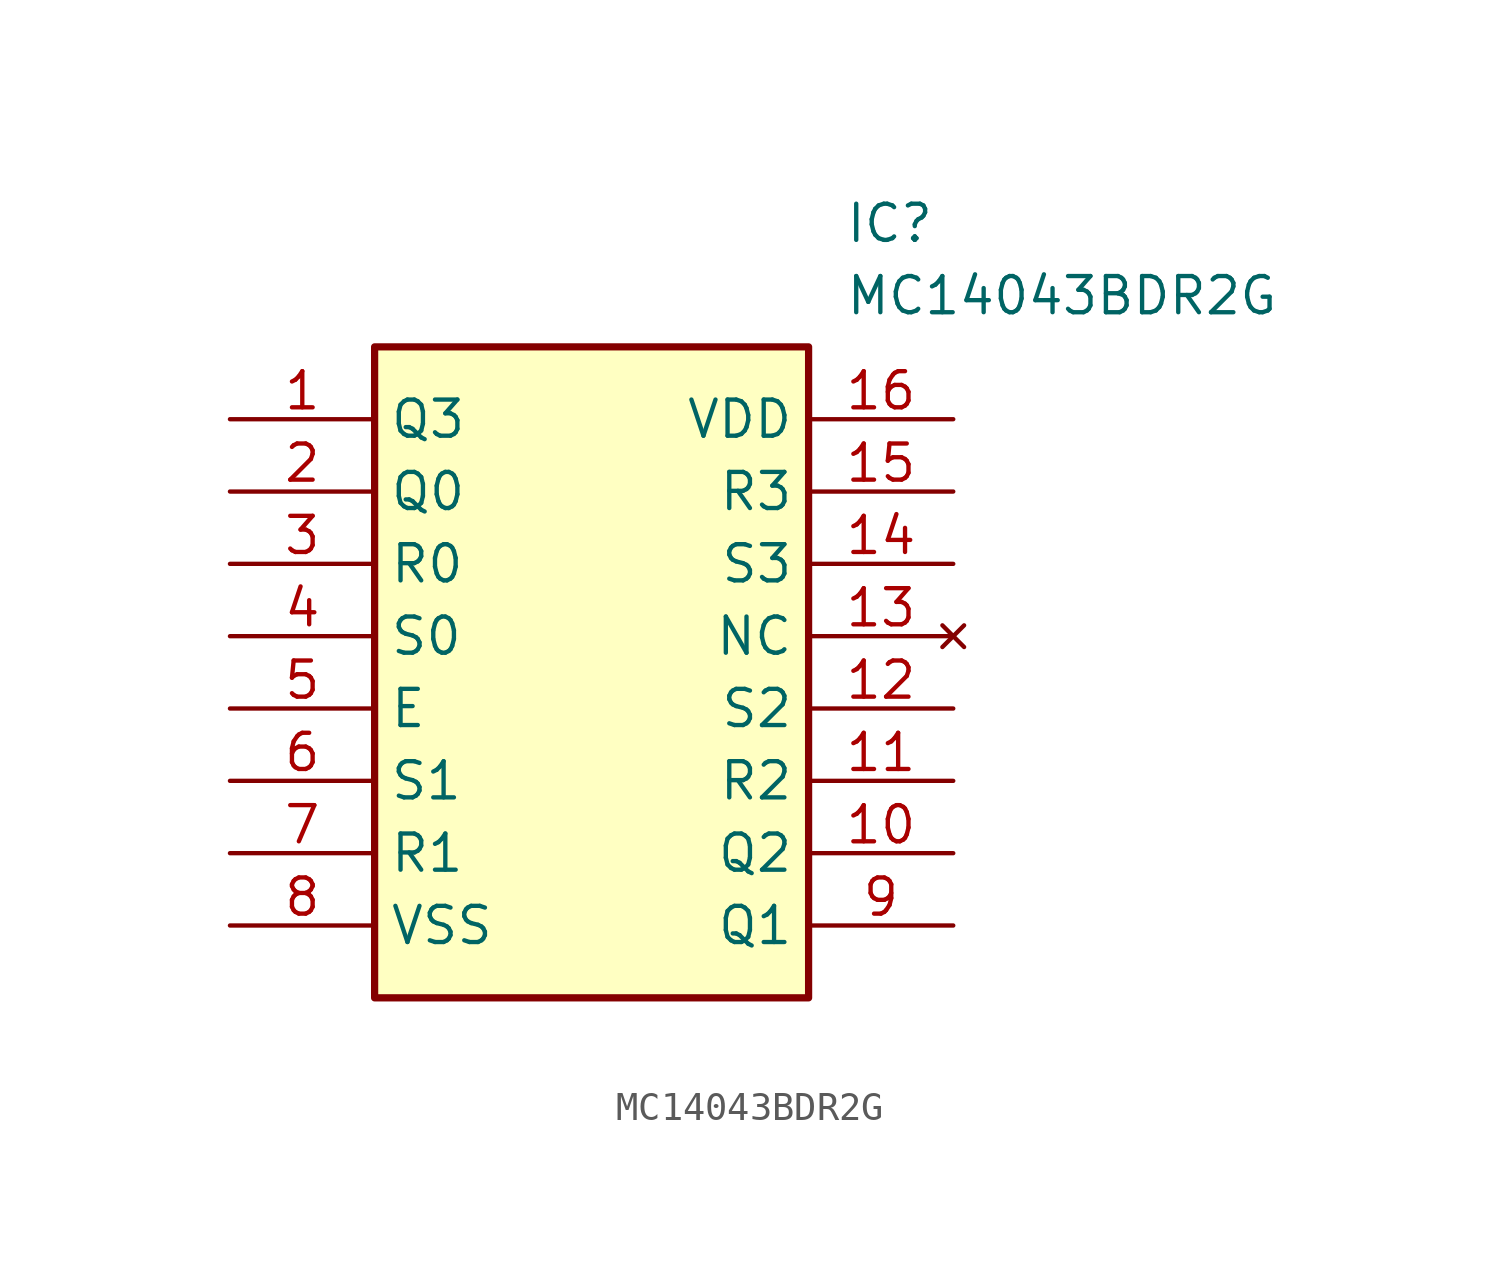
<source format=kicad_sym>
(kicad_symbol_lib
  (version 20211014)
  (generator SamacSys_ECAD_Model)
  (symbol "MC14043BDR2G"
    (property "Reference" "IC"
      (at 21.59 7.62 0)
      (effects (font (size 1.27 1.27)) (justify left top)))
    (property "Value" "MC14043BDR2G"
      (at 21.59 5.08 0)
      (effects (font (size 1.27 1.27)) (justify left top)))
    (rectangle
      (start 5.08 2.54)
      (end 20.32 -20.32)
      (stroke (width 0.254) (type default))
      (fill (type background)))
    (pin passive line
      (at 0 0 0)
      (length 5.08)
      (name "Q3" (effects (font (size 1.27 1.27))))
      (number "1" (effects (font (size 1.27 1.27)))))
    (pin passive line
      (at 0 -2.54 0)
      (length 5.08)
      (name "Q0" (effects (font (size 1.27 1.27))))
      (number "2" (effects (font (size 1.27 1.27)))))
    (pin passive line
      (at 0 -5.08 0)
      (length 5.08)
      (name "R0" (effects (font (size 1.27 1.27))))
      (number "3" (effects (font (size 1.27 1.27)))))
    (pin passive line
      (at 0 -7.62 0)
      (length 5.08)
      (name "S0" (effects (font (size 1.27 1.27))))
      (number "4" (effects (font (size 1.27 1.27)))))
    (pin passive line
      (at 0 -10.16 0)
      (length 5.08)
      (name "E" (effects (font (size 1.27 1.27))))
      (number "5" (effects (font (size 1.27 1.27)))))
    (pin passive line
      (at 0 -12.7 0)
      (length 5.08)
      (name "S1" (effects (font (size 1.27 1.27))))
      (number "6" (effects (font (size 1.27 1.27)))))
    (pin passive line
      (at 0 -15.24 0)
      (length 5.08)
      (name "R1" (effects (font (size 1.27 1.27))))
      (number "7" (effects (font (size 1.27 1.27)))))
    (pin passive line
      (at 0 -17.78 0)
      (length 5.08)
      (name "VSS" (effects (font (size 1.27 1.27))))
      (number "8" (effects (font (size 1.27 1.27)))))
    (pin passive line
      (at 25.4 0 180)
      (length 5.08)
      (name "VDD" (effects (font (size 1.27 1.27))))
      (number "16" (effects (font (size 1.27 1.27)))))
    (pin passive line
      (at 25.4 -2.54 180)
      (length 5.08)
      (name "R3" (effects (font (size 1.27 1.27))))
      (number "15" (effects (font (size 1.27 1.27)))))
    (pin passive line
      (at 25.4 -5.08 180)
      (length 5.08)
      (name "S3" (effects (font (size 1.27 1.27))))
      (number "14" (effects (font (size 1.27 1.27)))))
    (pin no_connect line
      (at 25.4 -7.62 180)
      (length 5.08)
      (name "NC" (effects (font (size 1.27 1.27))))
      (number "13" (effects (font (size 1.27 1.27)))))
    (pin passive line
      (at 25.4 -10.16 180)
      (length 5.08)
      (name "S2" (effects (font (size 1.27 1.27))))
      (number "12" (effects (font (size 1.27 1.27)))))
    (pin passive line
      (at 25.4 -12.7 180)
      (length 5.08)
      (name "R2" (effects (font (size 1.27 1.27))))
      (number "11" (effects (font (size 1.27 1.27)))))
    (pin passive line
      (at 25.4 -15.24 180)
      (length 5.08)
      (name "Q2" (effects (font (size 1.27 1.27))))
      (number "10" (effects (font (size 1.27 1.27)))))
    (pin passive line
      (at 25.4 -17.78 180)
      (length 5.08)
      (name "Q1" (effects (font (size 1.27 1.27))))
      (number "9" (effects (font (size 1.27 1.27)))))))
</source>
